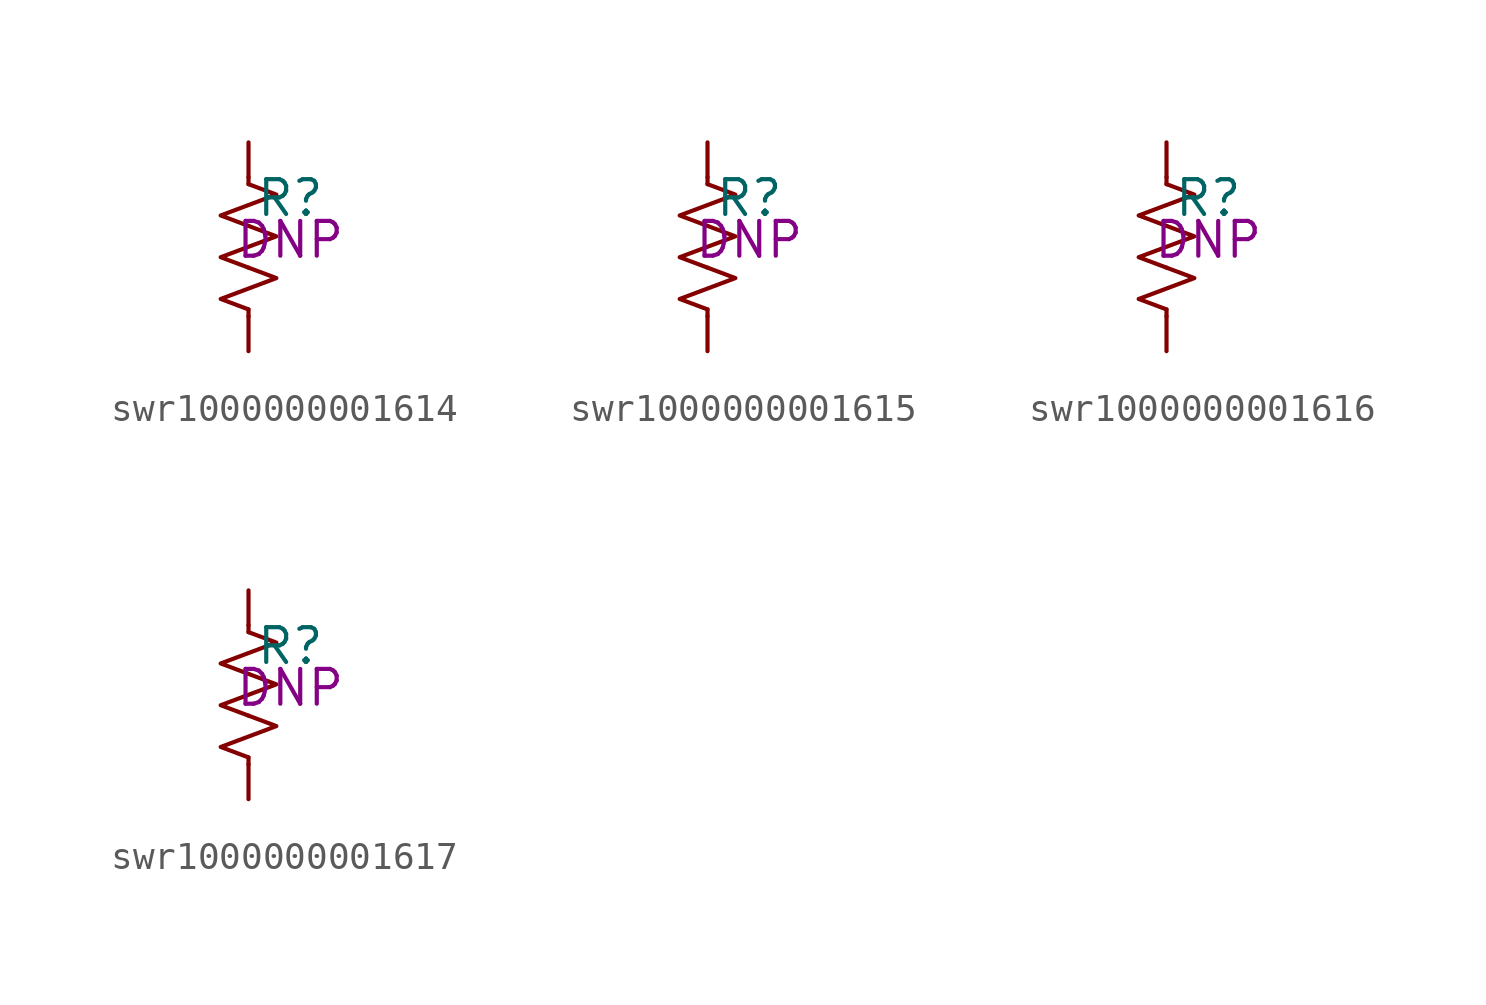
<source format=kicad_sym>
(kicad_symbol_lib
  (version 20211014)
  (generator kicad_symbol_editor)
  (symbol "swr1000000001614"
    (pin_numbers hide)
    (pin_names
      (offset 1.016))
    (property "Reference" "R"
      (at 1.524 1.778 0)
      (effects (font (size 1.27 1.27))))
    (property "PartValue" "DNP"
      (at 1.524 0.254 0)
      (effects (font (size 1.27 1.27))))
    (symbol "swr1000000001614_1_1"
      (polyline (pts (xy 0 -2.286) (xy 0 -2.54)) (stroke (width 0) (type default) (color 0 0 0 0)) (fill (type none)))
      (polyline (pts (xy 0 2.286) (xy 0 2.54)) (stroke (width 0) (type default) (color 0 0 0 0)) (fill (type none)))
      (polyline (pts (xy 0 -0.762) (xy 1.016 -1.143) (xy 0 -1.524) (xy -1.016 -1.905) (xy 0 -2.286)) (stroke (width 0) (type default) (color 0 0 0 0)) (fill (type none)))
      (polyline (pts (xy 0 0.762) (xy 1.016 0.381) (xy 0 0) (xy -1.016 -0.381) (xy 0 -0.762)) (stroke (width 0) (type default) (color 0 0 0 0)) (fill (type none)))
      (polyline (pts (xy 0 2.286) (xy 1.016 1.905) (xy 0 1.524) (xy -1.016 1.143) (xy 0 0.762)) (stroke (width 0) (type default) (color 0 0 0 0)) (fill (type none)))
      (pin passive line (at 0 3.81 270) (length 1.27) (name "~" (effects (font (size 1.27 1.27)))) (number "1" (effects (font (size 1.27 1.27)))))
      (pin passive line (at 0 -3.81 90) (length 1.27) (name "~" (effects (font (size 1.27 1.27)))) (number "2" (effects (font (size 1.27 1.27)))))))
  (symbol "swr1000000001615"
    (pin_numbers hide)
    (pin_names
      (offset 1.016))
    (property "Reference" "R"
      (at 1.524 1.778 0)
      (effects (font (size 1.27 1.27))))
    (property "PartValue" "DNP"
      (at 1.524 0.254 0)
      (effects (font (size 1.27 1.27))))
    (symbol "swr1000000001615_1_1"
      (polyline (pts (xy 0 -2.286) (xy 0 -2.54)) (stroke (width 0) (type default) (color 0 0 0 0)) (fill (type none)))
      (polyline (pts (xy 0 2.286) (xy 0 2.54)) (stroke (width 0) (type default) (color 0 0 0 0)) (fill (type none)))
      (polyline (pts (xy 0 -0.762) (xy 1.016 -1.143) (xy 0 -1.524) (xy -1.016 -1.905) (xy 0 -2.286)) (stroke (width 0) (type default) (color 0 0 0 0)) (fill (type none)))
      (polyline (pts (xy 0 0.762) (xy 1.016 0.381) (xy 0 0) (xy -1.016 -0.381) (xy 0 -0.762)) (stroke (width 0) (type default) (color 0 0 0 0)) (fill (type none)))
      (polyline (pts (xy 0 2.286) (xy 1.016 1.905) (xy 0 1.524) (xy -1.016 1.143) (xy 0 0.762)) (stroke (width 0) (type default) (color 0 0 0 0)) (fill (type none)))
      (pin passive line (at 0 3.81 270) (length 1.27) (name "~" (effects (font (size 1.27 1.27)))) (number "1" (effects (font (size 1.27 1.27)))))
      (pin passive line (at 0 -3.81 90) (length 1.27) (name "~" (effects (font (size 1.27 1.27)))) (number "2" (effects (font (size 1.27 1.27)))))))
  (symbol "swr1000000001616"
    (pin_numbers hide)
    (pin_names
      (offset 1.016))
    (property "Reference" "R"
      (at 1.524 1.778 0)
      (effects (font (size 1.27 1.27))))
    (property "PartValue" "DNP"
      (at 1.524 0.254 0)
      (effects (font (size 1.27 1.27))))
    (symbol "swr1000000001616_1_1"
      (polyline (pts (xy 0 -2.286) (xy 0 -2.54)) (stroke (width 0) (type default) (color 0 0 0 0)) (fill (type none)))
      (polyline (pts (xy 0 2.286) (xy 0 2.54)) (stroke (width 0) (type default) (color 0 0 0 0)) (fill (type none)))
      (polyline (pts (xy 0 -0.762) (xy 1.016 -1.143) (xy 0 -1.524) (xy -1.016 -1.905) (xy 0 -2.286)) (stroke (width 0) (type default) (color 0 0 0 0)) (fill (type none)))
      (polyline (pts (xy 0 0.762) (xy 1.016 0.381) (xy 0 0) (xy -1.016 -0.381) (xy 0 -0.762)) (stroke (width 0) (type default) (color 0 0 0 0)) (fill (type none)))
      (polyline (pts (xy 0 2.286) (xy 1.016 1.905) (xy 0 1.524) (xy -1.016 1.143) (xy 0 0.762)) (stroke (width 0) (type default) (color 0 0 0 0)) (fill (type none)))
      (pin passive line (at 0 3.81 270) (length 1.27) (name "~" (effects (font (size 1.27 1.27)))) (number "1" (effects (font (size 1.27 1.27)))))
      (pin passive line (at 0 -3.81 90) (length 1.27) (name "~" (effects (font (size 1.27 1.27)))) (number "2" (effects (font (size 1.27 1.27)))))))
  (symbol "swr1000000001617"
    (pin_numbers hide)
    (pin_names
      (offset 1.016))
    (property "Reference" "R"
      (at 1.524 1.778 0)
      (effects (font (size 1.27 1.27))))
    (property "PartValue" "DNP"
      (at 1.524 0.254 0)
      (effects (font (size 1.27 1.27))))
    (symbol "swr1000000001617_1_1"
      (polyline (pts (xy 0 -2.286) (xy 0 -2.54)) (stroke (width 0) (type default) (color 0 0 0 0)) (fill (type none)))
      (polyline (pts (xy 0 2.286) (xy 0 2.54)) (stroke (width 0) (type default) (color 0 0 0 0)) (fill (type none)))
      (polyline (pts (xy 0 -0.762) (xy 1.016 -1.143) (xy 0 -1.524) (xy -1.016 -1.905) (xy 0 -2.286)) (stroke (width 0) (type default) (color 0 0 0 0)) (fill (type none)))
      (polyline (pts (xy 0 0.762) (xy 1.016 0.381) (xy 0 0) (xy -1.016 -0.381) (xy 0 -0.762)) (stroke (width 0) (type default) (color 0 0 0 0)) (fill (type none)))
      (polyline (pts (xy 0 2.286) (xy 1.016 1.905) (xy 0 1.524) (xy -1.016 1.143) (xy 0 0.762)) (stroke (width 0) (type default) (color 0 0 0 0)) (fill (type none)))
      (pin passive line (at 0 3.81 270) (length 1.27) (name "~" (effects (font (size 1.27 1.27)))) (number "1" (effects (font (size 1.27 1.27)))))
      (pin passive line (at 0 -3.81 90) (length 1.27) (name "~" (effects (font (size 1.27 1.27)))) (number "2" (effects (font (size 1.27 1.27))))))))
</source>
